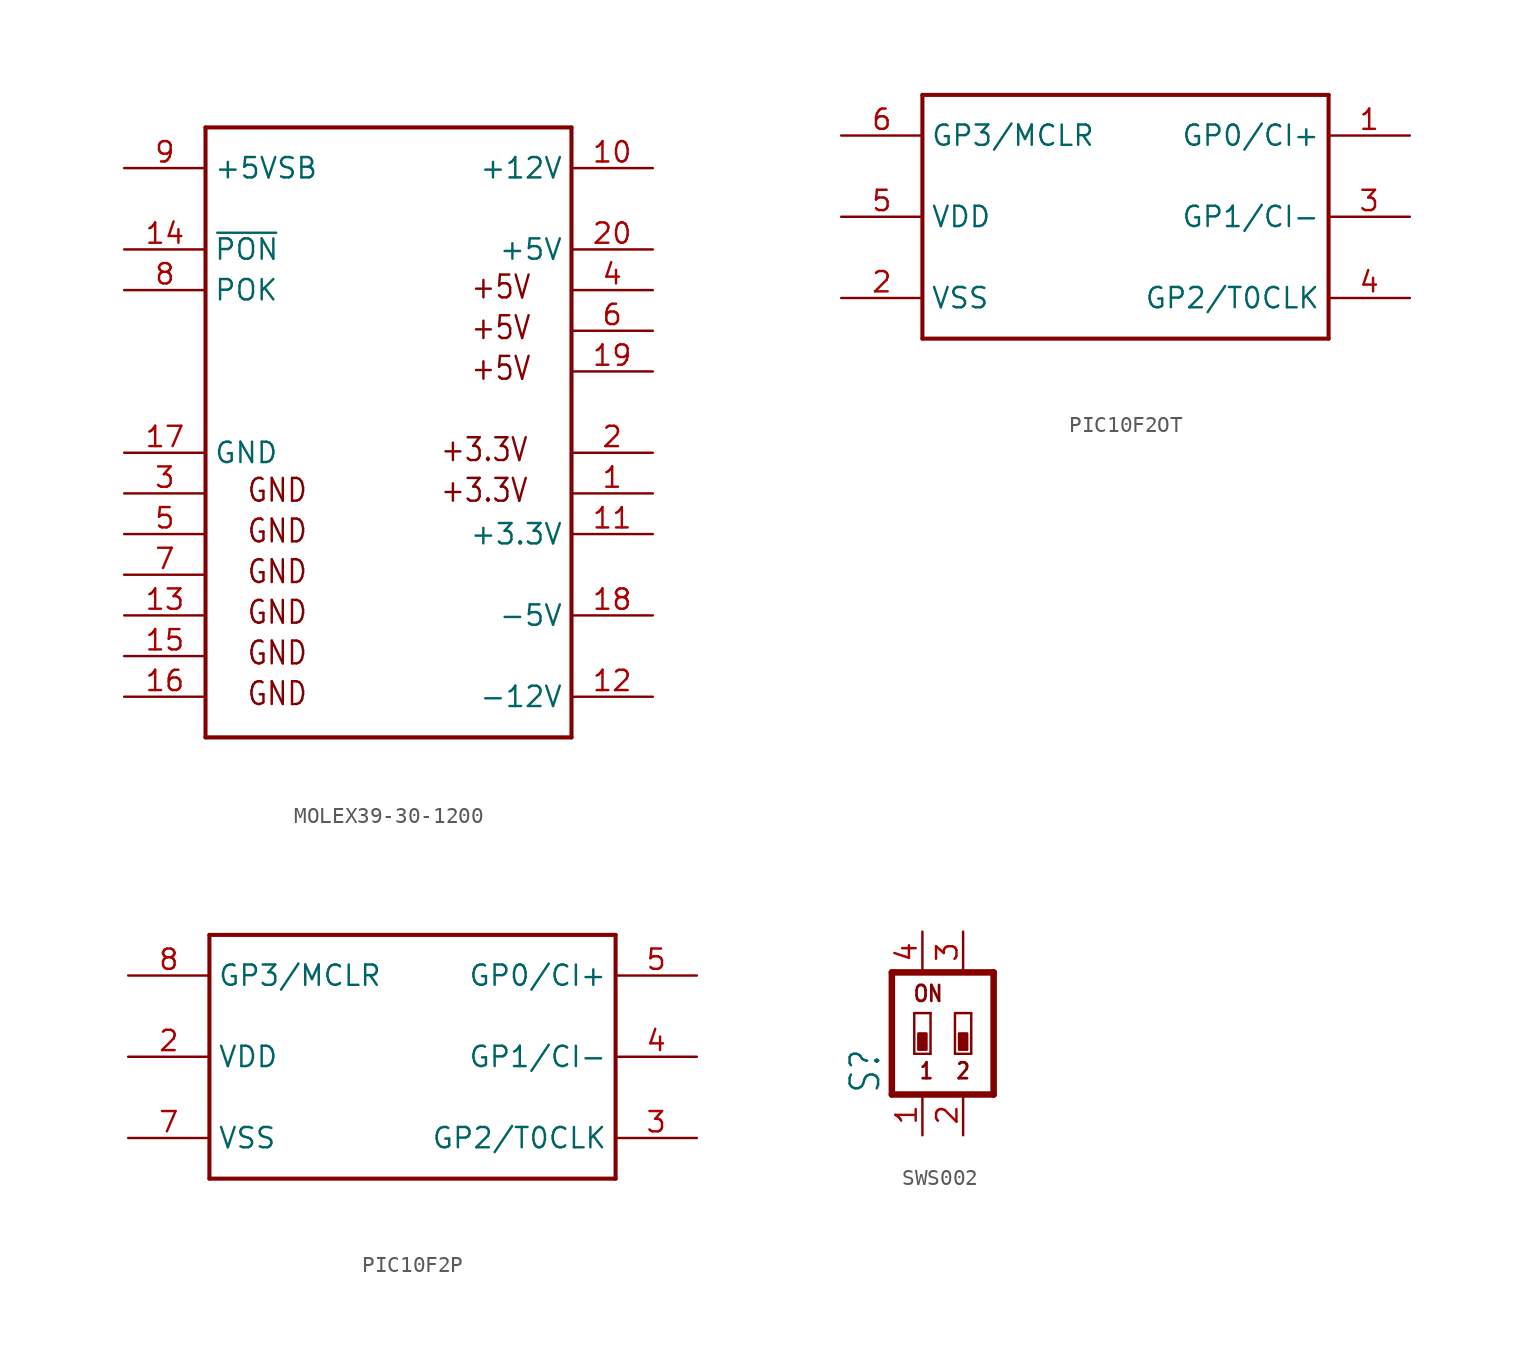
<source format=kicad_sym>
(kicad_symbol_lib
  (version 20220914)
  (generator kicad_symbol_editor)
  (symbol "MOLEX39-30-1200"
    (property "Reference" "PL"
      (at -7.62 2.54 0)
      (effects (font (size 1.422 1.209)) (justify left bottom) hide))
    (property "ki_locked" ""
      (at 0 0 0)
      (effects (font (size 1.27 1.27))))
    (symbol "MOLEX39-30-1200_1_0"
      (polyline (pts (xy -10.16 -20.32) (xy -10.16 17.78)) (stroke (width 0.254) (type solid)) (fill (type none)))
      (polyline (pts (xy -10.16 17.78) (xy 12.7 17.78)) (stroke (width 0.254) (type solid)) (fill (type none)))
      (polyline (pts (xy 12.7 -20.32) (xy -10.16 -20.32)) (stroke (width 0.254) (type solid)) (fill (type none)))
      (polyline (pts (xy 12.7 17.78) (xy 12.7 -20.32)) (stroke (width 0.254) (type solid)) (fill (type none)))
      (text "+3.3V" (at 4.445 -5.715 0) (effects (font (size 1.422 1.209)) (justify left bottom)))
      (text "+3.3V" (at 4.445 -3.175 0) (effects (font (size 1.422 1.209)) (justify left bottom)))
      (text "+5V" (at 6.35 1.905 0) (effects (font (size 1.422 1.209)) (justify left bottom)))
      (text "+5V" (at 6.35 4.445 0) (effects (font (size 1.422 1.209)) (justify left bottom)))
      (text "+5V" (at 6.35 6.985 0) (effects (font (size 1.422 1.209)) (justify left bottom)))
      (text "GND" (at -7.62 -18.415 0) (effects (font (size 1.422 1.209)) (justify left bottom)))
      (text "GND" (at -7.62 -15.875 0) (effects (font (size 1.422 1.209)) (justify left bottom)))
      (text "GND" (at -7.62 -13.335 0) (effects (font (size 1.422 1.209)) (justify left bottom)))
      (text "GND" (at -7.62 -10.795 0) (effects (font (size 1.422 1.209)) (justify left bottom)))
      (text "GND" (at -7.62 -8.255 0) (effects (font (size 1.422 1.209)) (justify left bottom)))
      (text "GND" (at -7.62 -5.715 0) (effects (font (size 1.422 1.209)) (justify left bottom)))
      (pin passive line (at 17.78 -5.08 180) (length 5.08) (name "+3.3V@1" (effects (font (size 0 0)))) (number "1" (effects (font (size 1.27 1.27)))))
      (pin passive line (at 17.78 15.24 180) (length 5.08) (name "+12V" (effects (font (size 1.27 1.27)))) (number "10" (effects (font (size 1.27 1.27)))))
      (pin passive line (at 17.78 -7.62 180) (length 5.08) (name "+3.3V" (effects (font (size 1.27 1.27)))) (number "11" (effects (font (size 1.27 1.27)))))
      (pin passive line (at 17.78 -17.78 180) (length 5.08) (name "-12V" (effects (font (size 1.27 1.27)))) (number "12" (effects (font (size 1.27 1.27)))))
      (pin passive line (at -15.24 -12.7 0) (length 5.08) (name "GND@4" (effects (font (size 0 0)))) (number "13" (effects (font (size 1.27 1.27)))))
      (pin passive line (at -15.24 10.16 0) (length 5.08) (name "~{PON}" (effects (font (size 1.27 1.27)))) (number "14" (effects (font (size 1.27 1.27)))))
      (pin passive line (at -15.24 -15.24 0) (length 5.08) (name "GND@5" (effects (font (size 0 0)))) (number "15" (effects (font (size 1.27 1.27)))))
      (pin passive line (at -15.24 -17.78 0) (length 5.08) (name "GND@6" (effects (font (size 0 0)))) (number "16" (effects (font (size 1.27 1.27)))))
      (pin passive line (at -15.24 -2.54 0) (length 5.08) (name "GND" (effects (font (size 1.27 1.27)))) (number "17" (effects (font (size 1.27 1.27)))))
      (pin passive line (at 17.78 -12.7 180) (length 5.08) (name "-5V" (effects (font (size 1.27 1.27)))) (number "18" (effects (font (size 1.27 1.27)))))
      (pin passive line (at 17.78 2.54 180) (length 5.08) (name "+5V@3" (effects (font (size 0 0)))) (number "19" (effects (font (size 1.27 1.27)))))
      (pin passive line (at 17.78 -2.54 180) (length 5.08) (name "+3.3V@2" (effects (font (size 0 0)))) (number "2" (effects (font (size 1.27 1.27)))))
      (pin passive line (at 17.78 10.16 180) (length 5.08) (name "+5V" (effects (font (size 1.27 1.27)))) (number "20" (effects (font (size 1.27 1.27)))))
      (pin passive line (at -15.24 -5.08 0) (length 5.08) (name "GND@1" (effects (font (size 0 0)))) (number "3" (effects (font (size 1.27 1.27)))))
      (pin passive line (at 17.78 7.62 180) (length 5.08) (name "+5V@1" (effects (font (size 0 0)))) (number "4" (effects (font (size 1.27 1.27)))))
      (pin passive line (at -15.24 -7.62 0) (length 5.08) (name "GND@2" (effects (font (size 0 0)))) (number "5" (effects (font (size 1.27 1.27)))))
      (pin passive line (at 17.78 5.08 180) (length 5.08) (name "+5V@2" (effects (font (size 0 0)))) (number "6" (effects (font (size 1.27 1.27)))))
      (pin passive line (at -15.24 -10.16 0) (length 5.08) (name "GND@3" (effects (font (size 0 0)))) (number "7" (effects (font (size 1.27 1.27)))))
      (pin passive line (at -15.24 7.62 0) (length 5.08) (name "POK" (effects (font (size 1.27 1.27)))) (number "8" (effects (font (size 1.27 1.27)))))
      (pin passive line (at -15.24 15.24 0) (length 5.08) (name "+5VSB" (effects (font (size 1.27 1.27)))) (number "9" (effects (font (size 1.27 1.27)))))))
  (symbol "PIC10F2OT"
    (property "Reference" ""
      (at -15.24 7.62 0)
      (effects (font (size 1.778 1.511)) (justify left bottom) hide))
    (property "Value" ""
      (at 0 -10.16 0)
      (effects (font (size 1.778 1.511)) (justify left bottom)))
    (property "ki_locked" ""
      (at 0 0 0)
      (effects (font (size 1.27 1.27))))
    (symbol "PIC10F2OT_1_0"
      (polyline (pts (xy -15.24 -7.62) (xy -15.24 7.62)) (stroke (width 0.254) (type solid)) (fill (type none)))
      (polyline (pts (xy -15.24 7.62) (xy 10.16 7.62)) (stroke (width 0.254) (type solid)) (fill (type none)))
      (polyline (pts (xy 10.16 -7.62) (xy -15.24 -7.62)) (stroke (width 0.254) (type solid)) (fill (type none)))
      (polyline (pts (xy 10.16 7.62) (xy 10.16 -7.62)) (stroke (width 0.254) (type solid)) (fill (type none)))
      (pin bidirectional line (at 15.24 5.08 180) (length 5.08) (name "GP0/CI+" (effects (font (size 1.27 1.27)))) (number "1" (effects (font (size 1.27 1.27)))))
      (pin power_in line (at -20.32 -5.08 0) (length 5.08) (name "VSS" (effects (font (size 1.27 1.27)))) (number "2" (effects (font (size 1.27 1.27)))))
      (pin bidirectional line (at 15.24 0 180) (length 5.08) (name "GP1/CI-" (effects (font (size 1.27 1.27)))) (number "3" (effects (font (size 1.27 1.27)))))
      (pin bidirectional line (at 15.24 -5.08 180) (length 5.08) (name "GP2/T0CLK" (effects (font (size 1.27 1.27)))) (number "4" (effects (font (size 1.27 1.27)))))
      (pin power_in line (at -20.32 0 0) (length 5.08) (name "VDD" (effects (font (size 1.27 1.27)))) (number "5" (effects (font (size 1.27 1.27)))))
      (pin input line (at -20.32 5.08 0) (length 5.08) (name "GP3/MCLR" (effects (font (size 1.27 1.27)))) (number "6" (effects (font (size 1.27 1.27)))))))
  (symbol "PIC10F2P"
    (property "Reference" ""
      (at -15.24 7.62 0)
      (effects (font (size 1.778 1.511)) (justify left bottom) hide))
    (property "Value" ""
      (at 0 -10.16 0)
      (effects (font (size 1.778 1.511)) (justify left bottom)))
    (property "ki_locked" ""
      (at 0 0 0)
      (effects (font (size 1.27 1.27))))
    (symbol "PIC10F2P_1_0"
      (polyline (pts (xy -15.24 -7.62) (xy -15.24 7.62)) (stroke (width 0.254) (type solid)) (fill (type none)))
      (polyline (pts (xy -15.24 7.62) (xy 10.16 7.62)) (stroke (width 0.254) (type solid)) (fill (type none)))
      (polyline (pts (xy 10.16 -7.62) (xy -15.24 -7.62)) (stroke (width 0.254) (type solid)) (fill (type none)))
      (polyline (pts (xy 10.16 7.62) (xy 10.16 -7.62)) (stroke (width 0.254) (type solid)) (fill (type none)))
      (pin power_in line (at -20.32 0 0) (length 5.08) (name "VDD" (effects (font (size 1.27 1.27)))) (number "2" (effects (font (size 1.27 1.27)))))
      (pin bidirectional line (at 15.24 -5.08 180) (length 5.08) (name "GP2/T0CLK" (effects (font (size 1.27 1.27)))) (number "3" (effects (font (size 1.27 1.27)))))
      (pin bidirectional line (at 15.24 0 180) (length 5.08) (name "GP1/CI-" (effects (font (size 1.27 1.27)))) (number "4" (effects (font (size 1.27 1.27)))))
      (pin bidirectional line (at 15.24 5.08 180) (length 5.08) (name "GP0/CI+" (effects (font (size 1.27 1.27)))) (number "5" (effects (font (size 1.27 1.27)))))
      (pin power_in line (at -20.32 -5.08 0) (length 5.08) (name "VSS" (effects (font (size 1.27 1.27)))) (number "7" (effects (font (size 1.27 1.27)))))
      (pin input line (at -20.32 5.08 0) (length 5.08) (name "GP3/MCLR" (effects (font (size 1.27 1.27)))) (number "8" (effects (font (size 1.27 1.27)))))))
  (symbol "SWS002"
    (property "Reference" "S"
      (at -2.54 -2.54 90)
      (effects (font (size 1.778 1.511)) (justify left bottom)))
    (property "Value" ""
      (at 6.985 -2.54 90)
      (effects (font (size 1.778 1.511)) (justify left bottom)))
    (property "ki_locked" ""
      (at 0 0 0)
      (effects (font (size 1.27 1.27))))
    (symbol "SWS002_1_0"
      (rectangle (start -0.254 0.254) (end 0.254 1.27) (stroke (width 0) (type default)) (fill (type outline)))
      (polyline (pts (xy -1.905 -2.54) (xy 4.445 -2.54)) (stroke (width 0.406) (type solid)) (fill (type none)))
      (polyline (pts (xy -1.905 5.08) (xy -1.905 -2.54)) (stroke (width 0.406) (type solid)) (fill (type none)))
      (polyline (pts (xy -0.508 0) (xy -0.508 2.54)) (stroke (width 0.152) (type solid)) (fill (type none)))
      (polyline (pts (xy -0.508 2.54) (xy 0.508 2.54)) (stroke (width 0.152) (type solid)) (fill (type none)))
      (polyline (pts (xy 0.508 0) (xy -0.508 0)) (stroke (width 0.152) (type solid)) (fill (type none)))
      (polyline (pts (xy 0.508 2.54) (xy 0.508 0)) (stroke (width 0.152) (type solid)) (fill (type none)))
      (polyline (pts (xy 2.032 0) (xy 2.032 2.54)) (stroke (width 0.152) (type solid)) (fill (type none)))
      (polyline (pts (xy 2.032 2.54) (xy 3.048 2.54)) (stroke (width 0.152) (type solid)) (fill (type none)))
      (polyline (pts (xy 3.048 0) (xy 2.032 0)) (stroke (width 0.152) (type solid)) (fill (type none)))
      (polyline (pts (xy 3.048 2.54) (xy 3.048 0)) (stroke (width 0.152) (type solid)) (fill (type none)))
      (polyline (pts (xy 4.445 -2.54) (xy 4.445 5.08)) (stroke (width 0.406) (type solid)) (fill (type none)))
      (polyline (pts (xy 4.445 5.08) (xy -1.905 5.08)) (stroke (width 0.406) (type solid)) (fill (type none)))
      (rectangle (start 2.286 0.254) (end 2.794 1.27) (stroke (width 0) (type default)) (fill (type outline)))
      (text "1" (at -0.254 -1.651 0) (effects (font (size 0.991 0.842) (thickness 0.168) bold) (justify left bottom)))
      (text "2" (at 2.032 -1.651 0) (effects (font (size 0.991 0.842) (thickness 0.168) bold) (justify left bottom)))
      (text "ON" (at -0.635 3.175 0) (effects (font (size 0.991 0.842) (thickness 0.168) bold) (justify left bottom)))
      (pin passive line (at 0 -5.08 90) (length 2.54) (name "1" (effects (font (size 0 0)))) (number "1" (effects (font (size 1.27 1.27)))))
      (pin passive line (at 2.54 -5.08 90) (length 2.54) (name "2" (effects (font (size 0 0)))) (number "2" (effects (font (size 1.27 1.27)))))
      (pin passive line (at 2.54 7.62 270) (length 2.54) (name "3" (effects (font (size 0 0)))) (number "3" (effects (font (size 1.27 1.27)))))
      (pin passive line (at 0 7.62 270) (length 2.54) (name "4" (effects (font (size 0 0)))) (number "4" (effects (font (size 1.27 1.27))))))))
</source>
